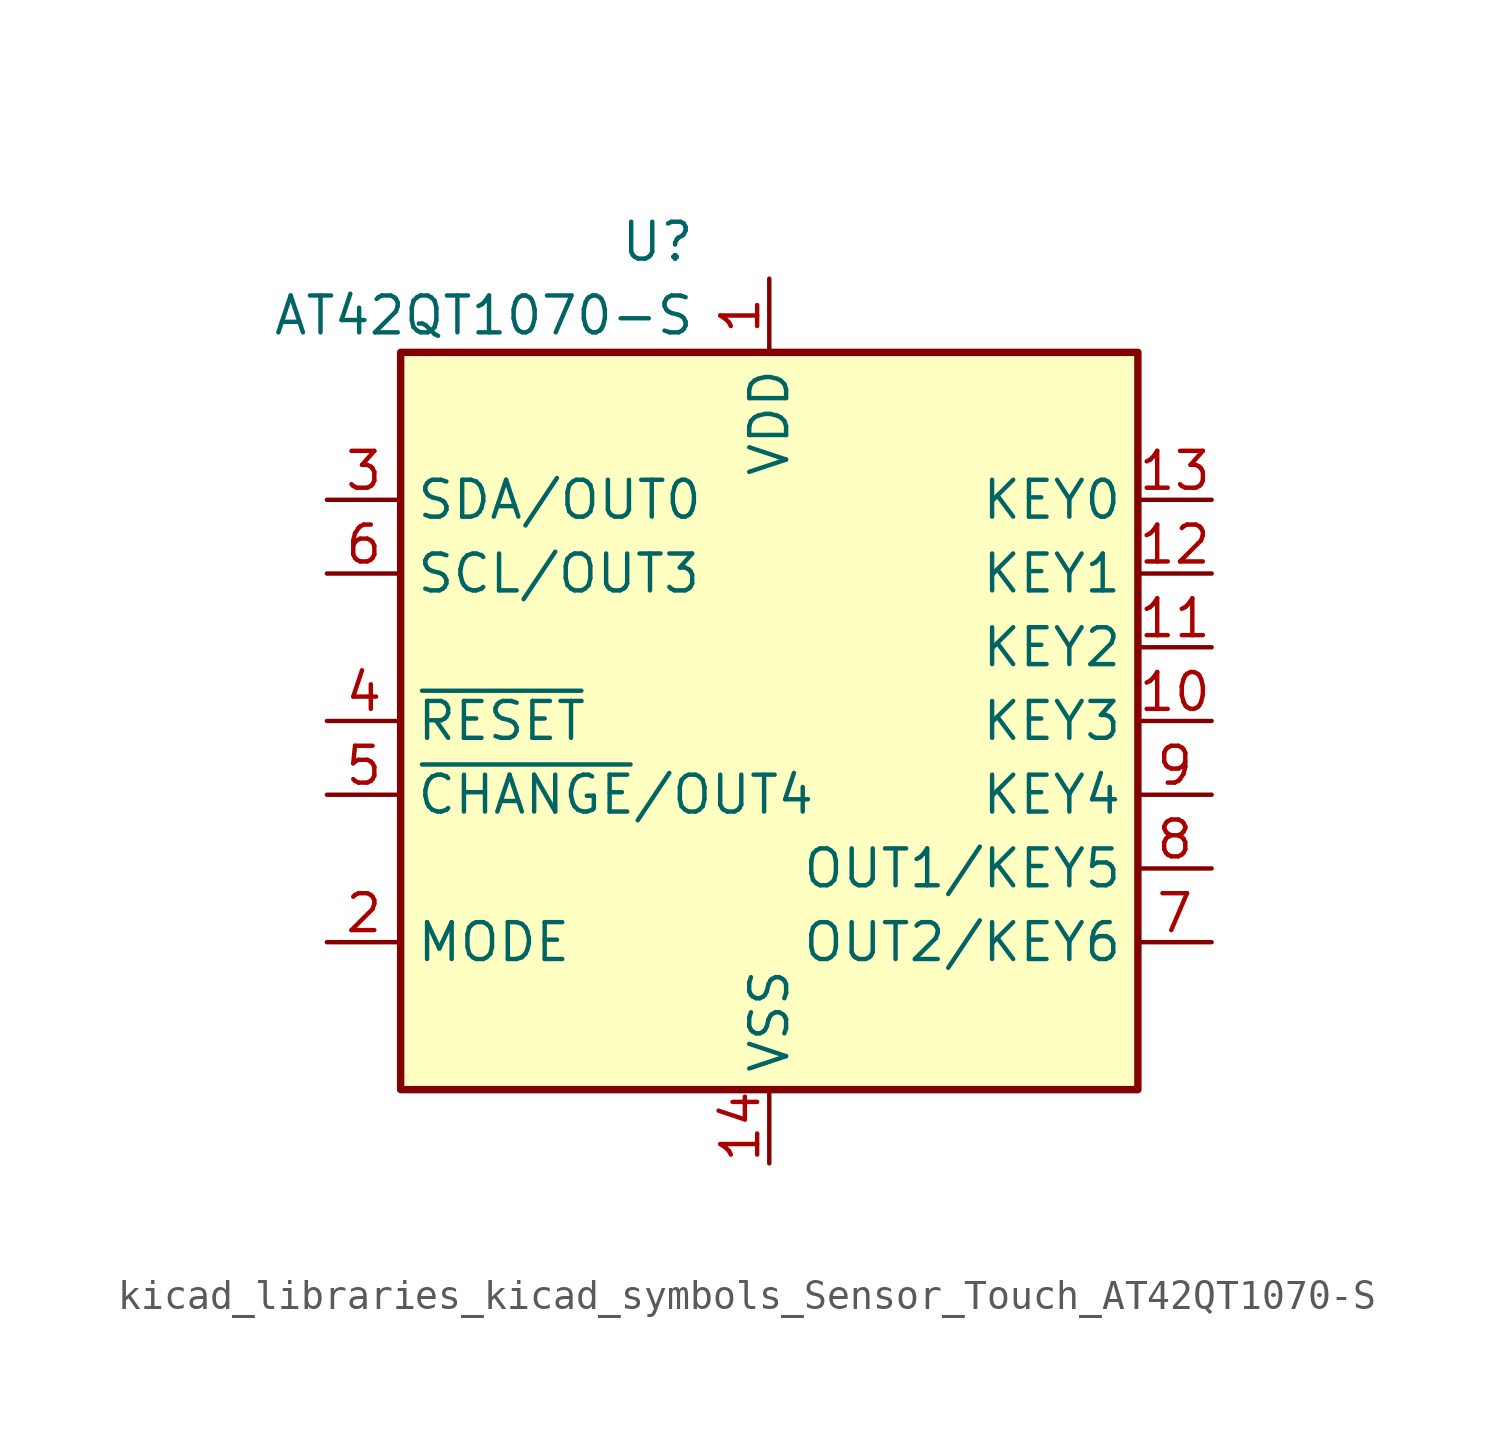
<source format=kicad_sym>
(kicad_symbol_lib
  (version 20220914)
  (generator kicad_symbol_editor)
  (symbol "kicad_libraries_kicad_symbols_Sensor_Touch_AT42QT1070-S"
    (property "Reference" "U"
      (at -2.54 16.51 0)
      (effects (font (size 1.27 1.27)) (justify right)))
    (property "Value" "AT42QT1070-S"
      (at -2.54 13.97 0)
      (effects (font (size 1.27 1.27)) (justify right)))
    (symbol "kicad_libraries_kicad_symbols_Sensor_Touch_AT42QT1070-S_0_1"
      (rectangle (start -12.7 12.7) (end 12.7 -12.7) (stroke (width 0.254) (type default)) (fill (type background))))
    (symbol "kicad_libraries_kicad_symbols_Sensor_Touch_AT42QT1070-S_1_1"
      (pin power_in line (at 0 15.24 270) (length 2.54) (name "VDD" (effects (font (size 1.27 1.27)))) (number "1" (effects (font (size 1.27 1.27)))))
      (pin passive line (at 15.24 0 180) (length 2.54) (name "KEY3" (effects (font (size 1.27 1.27)))) (number "10" (effects (font (size 1.27 1.27)))))
      (pin passive line (at 15.24 2.54 180) (length 2.54) (name "KEY2" (effects (font (size 1.27 1.27)))) (number "11" (effects (font (size 1.27 1.27)))))
      (pin passive line (at 15.24 5.08 180) (length 2.54) (name "KEY1" (effects (font (size 1.27 1.27)))) (number "12" (effects (font (size 1.27 1.27)))))
      (pin passive line (at 15.24 7.62 180) (length 2.54) (name "KEY0" (effects (font (size 1.27 1.27)))) (number "13" (effects (font (size 1.27 1.27)))))
      (pin power_in line (at 0 -15.24 90) (length 2.54) (name "VSS" (effects (font (size 1.27 1.27)))) (number "14" (effects (font (size 1.27 1.27)))))
      (pin input line (at -15.24 -7.62 0) (length 2.54) (name "MODE" (effects (font (size 1.27 1.27)))) (number "2" (effects (font (size 1.27 1.27)))))
      (pin bidirectional line (at -15.24 7.62 0) (length 2.54) (name "SDA/OUT0" (effects (font (size 1.27 1.27)))) (number "3" (effects (font (size 1.27 1.27)))))
      (pin input line (at -15.24 0 0) (length 2.54) (name "~{RESET}" (effects (font (size 1.27 1.27)))) (number "4" (effects (font (size 1.27 1.27)))))
      (pin open_collector line (at -15.24 -2.54 0) (length 2.54) (name "~{CHANGE}/OUT4" (effects (font (size 1.27 1.27)))) (number "5" (effects (font (size 1.27 1.27)))))
      (pin bidirectional line (at -15.24 5.08 0) (length 2.54) (name "SCL/OUT3" (effects (font (size 1.27 1.27)))) (number "6" (effects (font (size 1.27 1.27)))))
      (pin output line (at 15.24 -7.62 180) (length 2.54) (name "OUT2/KEY6" (effects (font (size 1.27 1.27)))) (number "7" (effects (font (size 1.27 1.27)))))
      (pin output line (at 15.24 -5.08 180) (length 2.54) (name "OUT1/KEY5" (effects (font (size 1.27 1.27)))) (number "8" (effects (font (size 1.27 1.27)))))
      (pin passive line (at 15.24 -2.54 180) (length 2.54) (name "KEY4" (effects (font (size 1.27 1.27)))) (number "9" (effects (font (size 1.27 1.27))))))))
</source>
